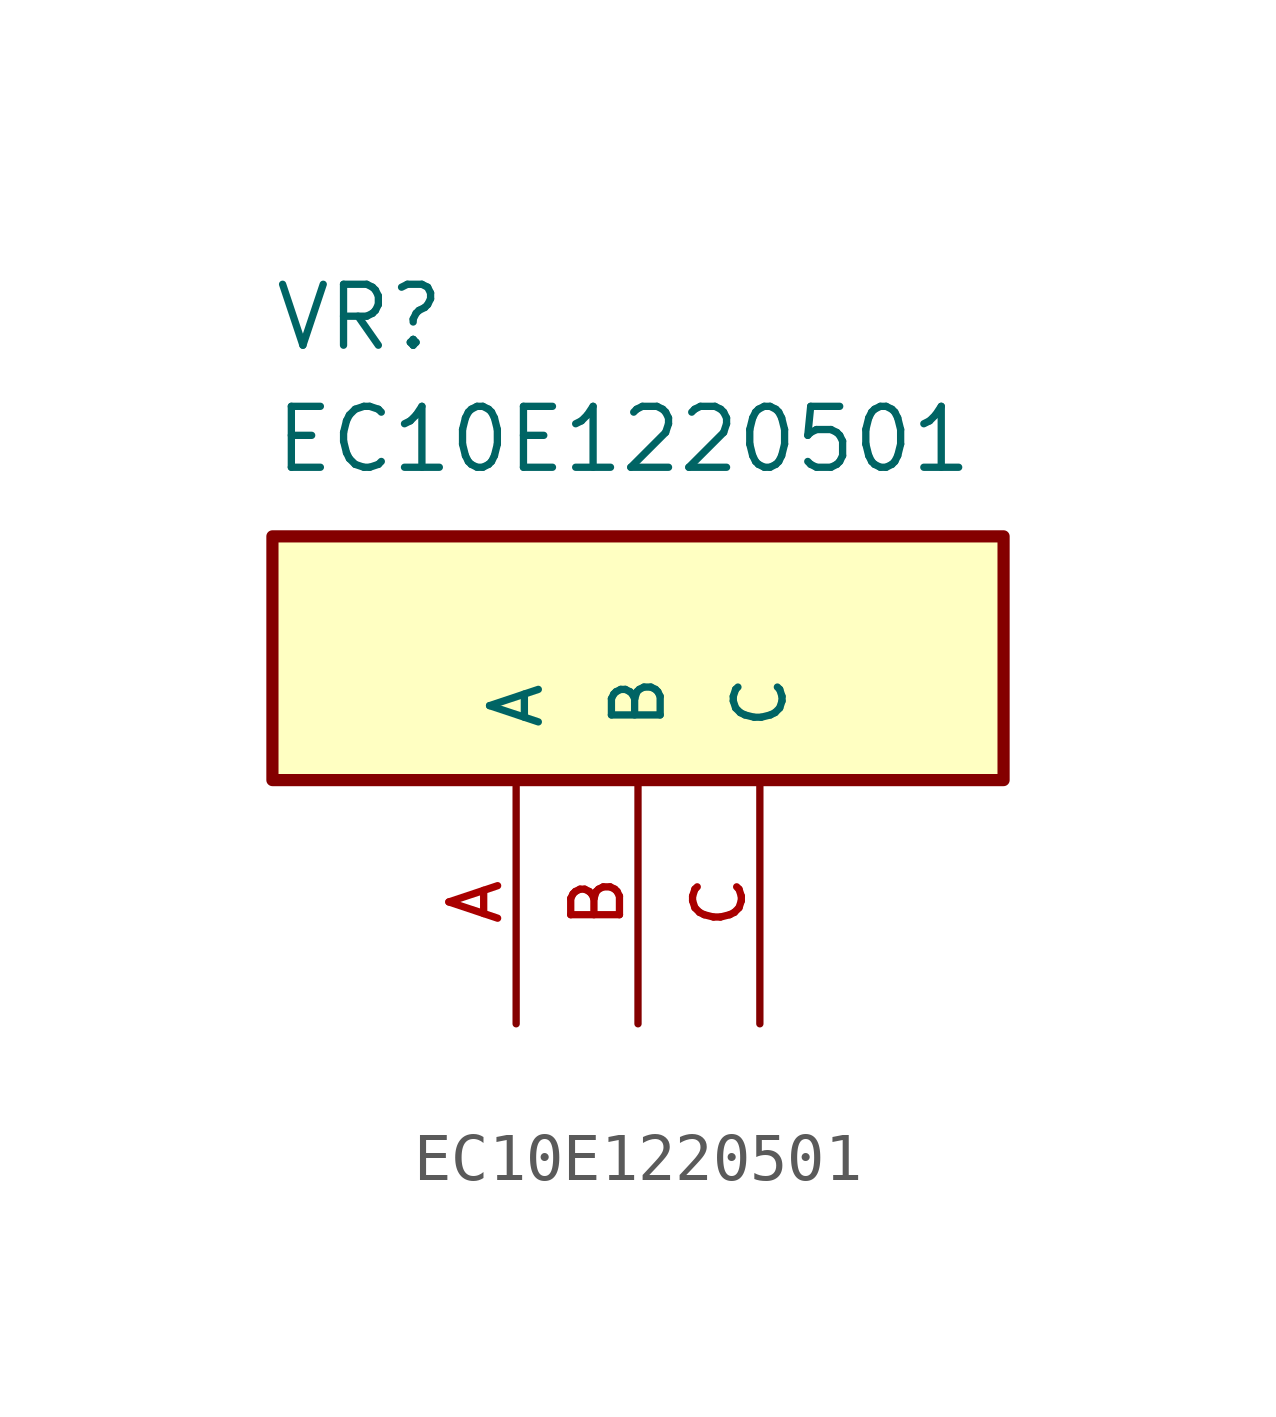
<source format=kicad_sym>
(kicad_symbol_lib
  (version 20211014)
  (generator kicad_symbol_editor)
  (symbol "EC10E1220501"
    (pin_names
      (offset 1.016))
    (property "Reference" "VR"
      (at -7.629 8.901 0)
      (effects (font (size 1.27 1.27)) (justify bottom left)))
    (property "Value" "EC10E1220501"
      (at -7.628 6.357 0)
      (effects (font (size 1.27 1.27)) (justify bottom left)))
    (symbol "EC10E1220501_0_0"
      (rectangle (start -7.62 0.0) (end 7.62 5.08) (stroke (width 0.254)) (fill (type background)))
      (pin passive line (at -2.54 -5.08 90.0) (length 5.08) (name "A" (effects (font (size 1.016 1.016)))) (number "A" (effects (font (size 1.016 1.016)))))
      (pin passive line (at 0.0 -5.08 90.0) (length 5.08) (name "B" (effects (font (size 1.016 1.016)))) (number "B" (effects (font (size 1.016 1.016)))))
      (pin passive line (at 2.54 -5.08 90.0) (length 5.08) (name "C" (effects (font (size 1.016 1.016)))) (number "C" (effects (font (size 1.016 1.016))))))))
</source>
